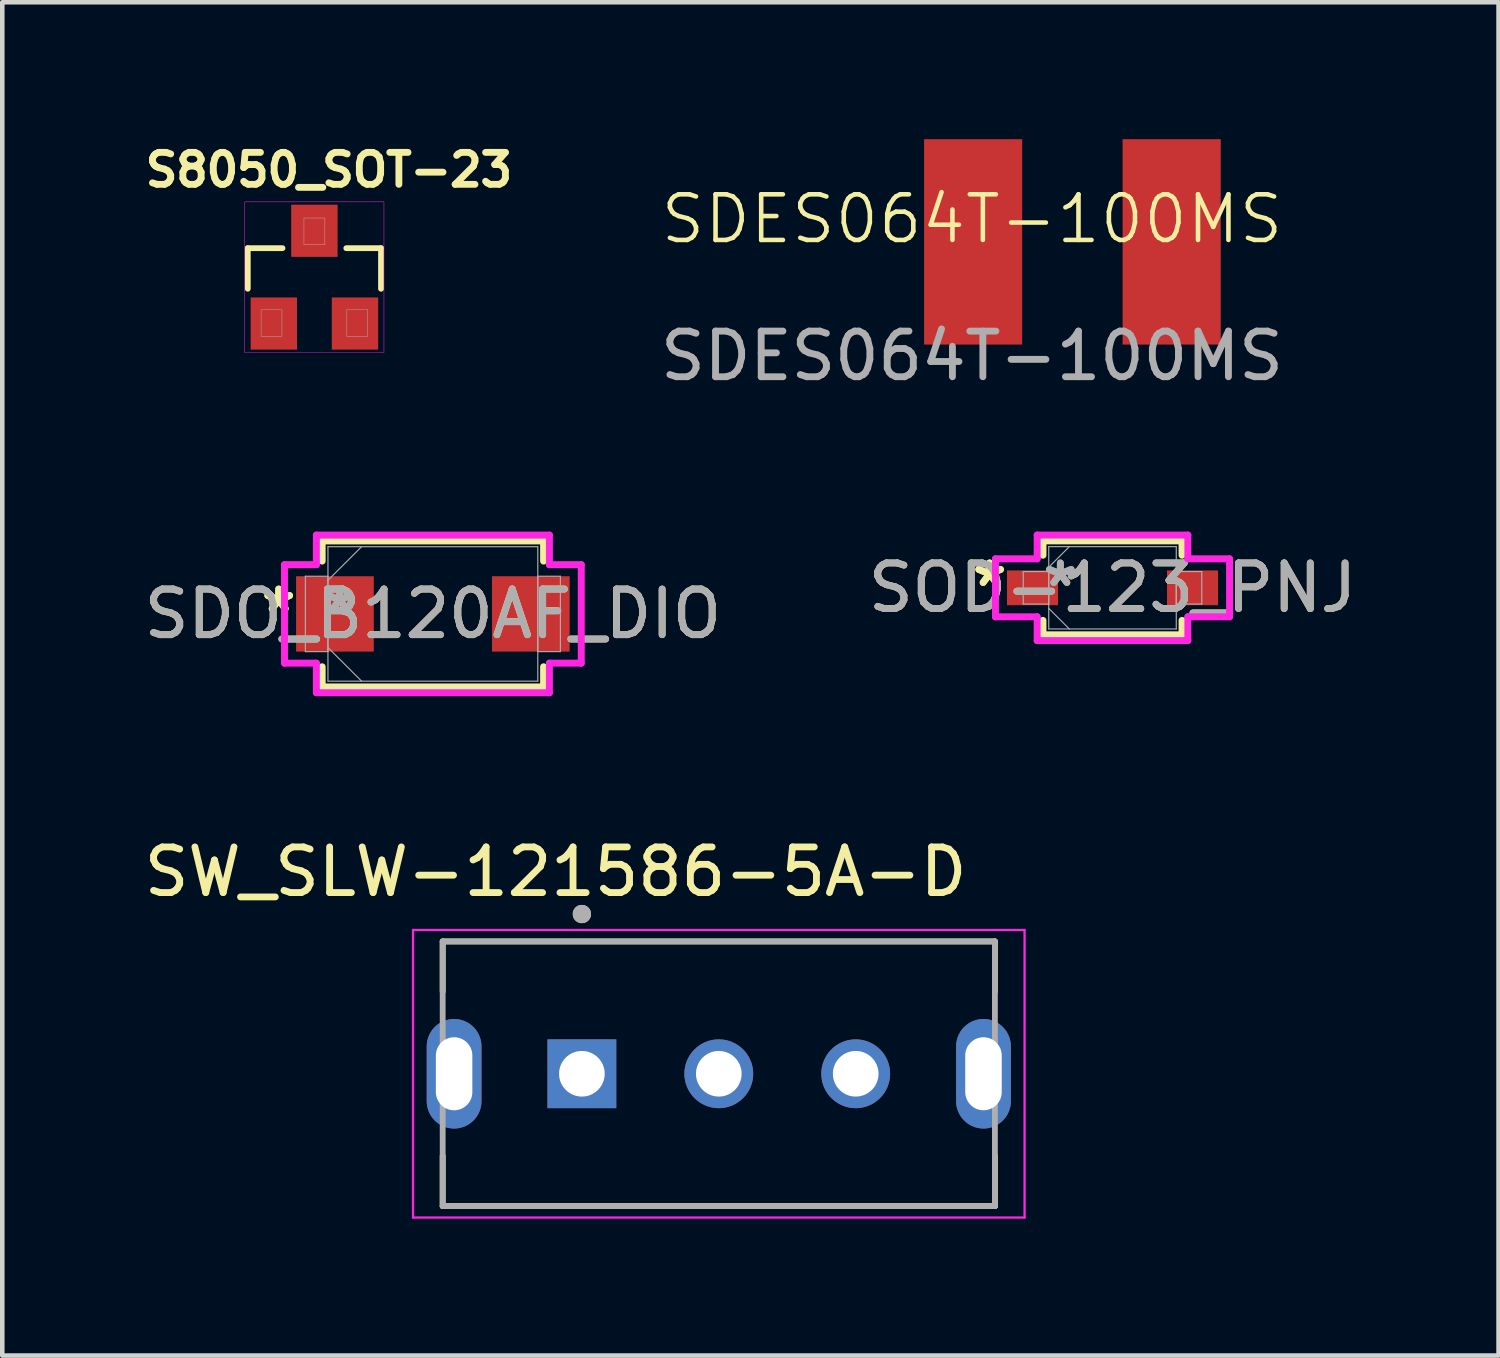
<source format=kicad_pcb>
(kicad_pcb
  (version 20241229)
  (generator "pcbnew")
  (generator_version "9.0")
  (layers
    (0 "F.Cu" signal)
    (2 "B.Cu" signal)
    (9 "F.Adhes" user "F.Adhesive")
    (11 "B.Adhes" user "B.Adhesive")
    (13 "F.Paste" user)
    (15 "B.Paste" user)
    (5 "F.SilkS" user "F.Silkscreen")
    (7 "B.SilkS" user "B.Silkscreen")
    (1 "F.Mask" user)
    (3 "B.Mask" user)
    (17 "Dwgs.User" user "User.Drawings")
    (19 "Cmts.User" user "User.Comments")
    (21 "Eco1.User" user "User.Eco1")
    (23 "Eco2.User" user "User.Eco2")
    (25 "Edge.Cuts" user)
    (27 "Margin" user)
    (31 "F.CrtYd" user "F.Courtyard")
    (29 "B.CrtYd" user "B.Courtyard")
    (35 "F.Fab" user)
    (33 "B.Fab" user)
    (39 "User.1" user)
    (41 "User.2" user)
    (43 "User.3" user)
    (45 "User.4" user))
  (footprint "S8050_SOT-23"
    (layer "F.Cu")
    (at 3.839 3.023)
    (property "Reference" "S8050_SOT-23" (at 0.318 -2.35 0) (layer "F.SilkS") (effects (font (size 0.7 0.7) (thickness 0.15))))
    (attr smd)
    (fp_line (start -1.46 -0.635) (end -1.46 0.254) (stroke (width 0.127) (type solid)) (layer "F.SilkS"))
    (fp_line (start -0.699 -0.635) (end -1.46 -0.635) (stroke (width 0.127) (type solid)) (layer "F.SilkS"))
    (fp_line (start 1.46 -0.635) (end 0.699 -0.635) (stroke (width 0.127) (type solid)) (layer "F.SilkS"))
    (fp_line (start 1.46 0.254) (end 1.46 -0.635) (stroke (width 0.127) (type solid)) (layer "F.SilkS"))
    (fp_poly (pts (xy -1.526 -1.651) (xy 1.524 -1.651) (xy 1.524 1.653) (xy -1.526 1.653)) (stroke (width 0.01) (type solid)) (fill no) (layer "F.CrtYd"))
    (fp_poly (pts (xy -1.168 0.711) (xy -0.711 0.711) (xy -0.711 1.295) (xy -1.168 1.295)) (stroke (width 0.01) (type solid)) (fill no) (layer "F.Fab"))
    (fp_poly (pts (xy -0.229 -1.295) (xy 0.229 -1.295) (xy 0.229 -0.711) (xy -0.229 -0.711)) (stroke (width 0.01) (type solid)) (fill no) (layer "F.Fab"))
    (fp_poly (pts (xy 0.711 0.711) (xy 1.168 0.711) (xy 1.168 1.296) (xy 0.711 1.296)) (stroke (width 0.01) (type solid)) (fill no) (layer "F.Fab"))
    (pad "1" smd rect (at -0.889 1.016) (size 1.016 1.143) (layers "F.Cu" "F.Mask" "F.Paste"))
    (pad "2" smd rect (at 0.889 1.016) (size 1.016 1.143) (layers "F.Cu" "F.Mask" "F.Paste"))
    (pad "3" smd rect (at 0 -1.016) (size 1.016 1.143) (layers "F.Cu" "F.Mask" "F.Paste")))
  (footprint "SOD-123_PNJ"
    (layer "F.Cu")
    (at 21.327 9.83)
    (property "Reference" "SOD-123_PNJ" (at 0 0 0) (unlocked yes) (layer "F.SilkS") (effects (font (size 1 1) (thickness 0.15))))
    (attr smd)
    (fp_line (start -1.524 -1.029) (end -1.524 -0.714) (stroke (width 0.152) (type solid)) (layer "F.SilkS"))
    (fp_line (start -1.524 0.714) (end -1.524 1.029) (stroke (width 0.152) (type solid)) (layer "F.SilkS"))
    (fp_line (start -1.524 1.029) (end 1.524 1.029) (stroke (width 0.152) (type solid)) (layer "F.SilkS"))
    (fp_line (start 1.524 -1.029) (end -1.524 -1.029) (stroke (width 0.152) (type solid)) (layer "F.SilkS"))
    (fp_line (start 1.524 -0.714) (end 1.524 -1.029) (stroke (width 0.152) (type solid)) (layer "F.SilkS"))
    (fp_line (start 1.524 1.029) (end 1.524 0.714) (stroke (width 0.152) (type solid)) (layer "F.SilkS"))
    (fp_line (start -2.565 -0.635) (end -1.651 -0.635) (stroke (width 0.152) (type solid)) (layer "F.CrtYd"))
    (fp_line (start -2.565 0.635) (end -2.565 -0.635) (stroke (width 0.152) (type solid)) (layer "F.CrtYd"))
    (fp_line (start -1.651 -1.156) (end 1.651 -1.156) (stroke (width 0.152) (type solid)) (layer "F.CrtYd"))
    (fp_line (start -1.651 -0.635) (end -1.651 -1.156) (stroke (width 0.152) (type solid)) (layer "F.CrtYd"))
    (fp_line (start -1.651 0.635) (end -2.565 0.635) (stroke (width 0.152) (type solid)) (layer "F.CrtYd"))
    (fp_line (start -1.651 1.156) (end -1.651 0.635) (stroke (width 0.152) (type solid)) (layer "F.CrtYd"))
    (fp_line (start 1.651 -1.156) (end 1.651 -0.635) (stroke (width 0.152) (type solid)) (layer "F.CrtYd"))
    (fp_line (start 1.651 -0.635) (end 2.565 -0.635) (stroke (width 0.152) (type solid)) (layer "F.CrtYd"))
    (fp_line (start 1.651 0.635) (end 1.651 1.156) (stroke (width 0.152) (type solid)) (layer "F.CrtYd"))
    (fp_line (start 1.651 1.156) (end -1.651 1.156) (stroke (width 0.152) (type solid)) (layer "F.CrtYd"))
    (fp_line (start 2.565 -0.635) (end 2.565 0.635) (stroke (width 0.152) (type solid)) (layer "F.CrtYd"))
    (fp_line (start 2.565 0.635) (end 1.651 0.635) (stroke (width 0.152) (type solid)) (layer "F.CrtYd"))
    (fp_line (start -1.956 -0.356) (end -1.956 0.356) (stroke (width 0.025) (type solid)) (layer "F.Fab"))
    (fp_line (start -1.956 0.356) (end -1.397 0.356) (stroke (width 0.025) (type solid)) (layer "F.Fab"))
    (fp_line (start -1.397 -0.902) (end -1.397 0.902) (stroke (width 0.025) (type solid)) (layer "F.Fab"))
    (fp_line (start -1.397 -0.451) (end -0.946 -0.902) (stroke (width 0.025) (type solid)) (layer "F.Fab"))
    (fp_line (start -1.397 -0.356) (end -1.956 -0.356) (stroke (width 0.025) (type solid)) (layer "F.Fab"))
    (fp_line (start -1.397 0.356) (end -1.397 -0.356) (stroke (width 0.025) (type solid)) (layer "F.Fab"))
    (fp_line (start -1.397 0.451) (end -0.946 0.902) (stroke (width 0.025) (type solid)) (layer "F.Fab"))
    (fp_line (start -1.397 0.902) (end 1.397 0.902) (stroke (width 0.025) (type solid)) (layer "F.Fab"))
    (fp_line (start 1.397 -0.902) (end -1.397 -0.902) (stroke (width 0.025) (type solid)) (layer "F.Fab"))
    (fp_line (start 1.397 -0.356) (end 1.397 0.356) (stroke (width 0.025) (type solid)) (layer "F.Fab"))
    (fp_line (start 1.397 0.356) (end 1.956 0.356) (stroke (width 0.025) (type solid)) (layer "F.Fab"))
    (fp_line (start 1.397 0.902) (end 1.397 -0.902) (stroke (width 0.025) (type solid)) (layer "F.Fab"))
    (fp_line (start 1.956 -0.356) (end 1.397 -0.356) (stroke (width 0.025) (type solid)) (layer "F.Fab"))
    (fp_line (start 1.956 0.356) (end 1.956 -0.356) (stroke (width 0.025) (type solid)) (layer "F.Fab"))
    (fp_text user "*" (at -2.692 0 0) (layer "F.SilkS") (effects (font (size 1 1) (thickness 0.15))))
    (fp_text user "*" (at -2.692 0 0) (unlocked yes) (layer "F.SilkS") (effects (font (size 1 1) (thickness 0.15))))
    (fp_text user "*" (at -1.143 0 0) (unlocked yes) (layer "F.Fab") (effects (font (size 1 1) (thickness 0.15))))
    (fp_text user "${REFERENCE}" (at 0 0 0) (unlocked yes) (layer "F.Fab") (effects (font (size 1 1) (thickness 0.15))))
    (fp_text user "*" (at -1.143 0 0) (layer "F.Fab") (effects (font (size 1 1) (thickness 0.15))))
    (pad "1" smd rect (at -1.753 0) (size 1.118 0.762) (layers "F.Cu" "F.Mask" "F.Paste"))
    (pad "2" smd rect (at 1.753 0) (size 1.118 0.762) (layers "F.Cu" "F.Mask" "F.Paste")))
  (footprint "SDES064T-100MS"
    (layer "F.Cu")
    (at 18.273 2.25)
    (property "Reference" "SDES064T-100MS" (at -0.025 -0.5 0) (unlocked yes) (layer "F.SilkS") (effects (font (size 1 1) (thickness 0.1))))
    (attr smd)
    (fp_text user "${REFERENCE}" (at -0.025 2.5 0) (unlocked yes) (layer "F.Fab") (effects (font (size 1 1) (thickness 0.15))))
    (pad "1" smd rect (at 0 0) (size 2.15 4.5) (layers "F.Cu" "F.Mask" "F.Paste"))
    (pad "2" smd rect (at 4.35 0) (size 2.15 4.5) (layers "F.Cu" "F.Mask" "F.Paste")))
  (footprint "SDO_B120AF_DIO"
    (layer "F.Cu")
    (at 6.435 10.402)
    (property "Reference" "SDO_B120AF_DIO" (at 0 0 0) (unlocked yes) (layer "F.SilkS") (effects (font (size 1 1) (thickness 0.15))))
    (attr smd)
    (fp_line (start -2.426 -1.6) (end -2.426 -1.158) (stroke (width 0.152) (type solid)) (layer "F.SilkS"))
    (fp_line (start -2.426 1.158) (end -2.426 1.6) (stroke (width 0.152) (type solid)) (layer "F.SilkS"))
    (fp_line (start -2.426 1.6) (end 2.426 1.6) (stroke (width 0.152) (type solid)) (layer "F.SilkS"))
    (fp_line (start 2.426 -1.6) (end -2.426 -1.6) (stroke (width 0.152) (type solid)) (layer "F.SilkS"))
    (fp_line (start 2.426 -1.158) (end 2.426 -1.6) (stroke (width 0.152) (type solid)) (layer "F.SilkS"))
    (fp_line (start 2.426 1.6) (end 2.426 1.158) (stroke (width 0.152) (type solid)) (layer "F.SilkS"))
    (fp_line (start -3.251 -1.079) (end -2.553 -1.079) (stroke (width 0.152) (type solid)) (layer "F.CrtYd"))
    (fp_line (start -3.251 1.079) (end -3.251 -1.079) (stroke (width 0.152) (type solid)) (layer "F.CrtYd"))
    (fp_line (start -2.553 -1.727) (end 2.553 -1.727) (stroke (width 0.152) (type solid)) (layer "F.CrtYd"))
    (fp_line (start -2.553 -1.079) (end -2.553 -1.727) (stroke (width 0.152) (type solid)) (layer "F.CrtYd"))
    (fp_line (start -2.553 1.079) (end -3.251 1.079) (stroke (width 0.152) (type solid)) (layer "F.CrtYd"))
    (fp_line (start -2.553 1.727) (end -2.553 1.079) (stroke (width 0.152) (type solid)) (layer "F.CrtYd"))
    (fp_line (start 2.553 -1.727) (end 2.553 -1.079) (stroke (width 0.152) (type solid)) (layer "F.CrtYd"))
    (fp_line (start 2.553 -1.079) (end 3.251 -1.079) (stroke (width 0.152) (type solid)) (layer "F.CrtYd"))
    (fp_line (start 2.553 1.079) (end 2.553 1.727) (stroke (width 0.152) (type solid)) (layer "F.CrtYd"))
    (fp_line (start 2.553 1.727) (end -2.553 1.727) (stroke (width 0.152) (type solid)) (layer "F.CrtYd"))
    (fp_line (start 3.251 -1.079) (end 3.251 1.079) (stroke (width 0.152) (type solid)) (layer "F.CrtYd"))
    (fp_line (start 3.251 1.079) (end 2.553 1.079) (stroke (width 0.152) (type solid)) (layer "F.CrtYd"))
    (fp_line (start -2.794 -0.826) (end -2.794 0.826) (stroke (width 0.025) (type solid)) (layer "F.Fab"))
    (fp_line (start -2.794 0.826) (end -2.299 0.826) (stroke (width 0.025) (type solid)) (layer "F.Fab"))
    (fp_line (start -2.299 -1.473) (end -2.299 1.473) (stroke (width 0.025) (type solid)) (layer "F.Fab"))
    (fp_line (start -2.299 -0.826) (end -2.794 -0.826) (stroke (width 0.025) (type solid)) (layer "F.Fab"))
    (fp_line (start -2.299 -0.737) (end -1.562 -1.473) (stroke (width 0.025) (type solid)) (layer "F.Fab"))
    (fp_line (start -2.299 0.737) (end -1.562 1.473) (stroke (width 0.025) (type solid)) (layer "F.Fab"))
    (fp_line (start -2.299 0.826) (end -2.299 -0.826) (stroke (width 0.025) (type solid)) (layer "F.Fab"))
    (fp_line (start -2.299 1.473) (end 2.299 1.473) (stroke (width 0.025) (type solid)) (layer "F.Fab"))
    (fp_line (start 2.299 -1.473) (end -2.299 -1.473) (stroke (width 0.025) (type solid)) (layer "F.Fab"))
    (fp_line (start 2.299 -0.826) (end 2.299 0.826) (stroke (width 0.025) (type solid)) (layer "F.Fab"))
    (fp_line (start 2.299 0.826) (end 2.794 0.826) (stroke (width 0.025) (type solid)) (layer "F.Fab"))
    (fp_line (start 2.299 1.473) (end 2.299 -1.473) (stroke (width 0.025) (type solid)) (layer "F.Fab"))
    (fp_line (start 2.794 -0.826) (end 2.299 -0.826) (stroke (width 0.025) (type solid)) (layer "F.Fab"))
    (fp_line (start 2.794 0.826) (end 2.794 -0.826) (stroke (width 0.025) (type solid)) (layer "F.Fab"))
    (fp_text user "*" (at -3.378 0 0) (layer "F.SilkS") (effects (font (size 1 1) (thickness 0.15))))
    (fp_text user "*" (at -3.378 0 0) (unlocked yes) (layer "F.SilkS") (effects (font (size 1 1) (thickness 0.15))))
    (fp_text user "*" (at -2.045 0 0) (layer "F.Fab") (effects (font (size 1 1) (thickness 0.15))))
    (fp_text user "*" (at -2.045 0 0) (unlocked yes) (layer "F.Fab") (effects (font (size 1 1) (thickness 0.15))))
    (fp_text user "${REFERENCE}" (at 0 0 0) (unlocked yes) (layer "F.Fab") (effects (font (size 1 1) (thickness 0.15))))
    (pad "1" smd rect (at -2.146 0) (size 1.702 1.651) (layers "F.Cu" "F.Mask" "F.Paste"))
    (pad "2" smd rect (at 2.146 0) (size 1.702 1.651) (layers "F.Cu" "F.Mask" "F.Paste"))
    (zone (net_name "") (layer "F.Cu") (hatch full 0.508) (connect_pads) (min_thickness 0.254) (filled_areas_thickness no) (keepout (tracks not_allowed) (vias not_allowed) (pads allowed) (copperpour not_allowed) (footprints allowed)) (placement (enabled no)) (fill) (polygon (pts (xy 5.19 8.979) (xy 7.679 8.979) (xy 7.679 11.824) (xy 5.19 11.824)))))
  (footprint "SW_SLW-121586-5A-D"
    (layer "F.Cu")
    (at 12.7 20.478)
    (property "Reference" "SW_SLW-121586-5A-D" (at -3.575 -4.425 0) (layer "F.SilkS") (effects (font (size 1 1) (thickness 0.15))))
    (attr through_hole)
    (fp_line (start -6.05 -2.9) (end 6.05 -2.9) (stroke (width 0.127) (type solid)) (layer "F.SilkS"))
    (fp_line (start -6.05 -1.8) (end -6.05 -2.9) (stroke (width 0.127) (type solid)) (layer "F.SilkS"))
    (fp_line (start -6.05 2.9) (end -6.05 1.8) (stroke (width 0.127) (type solid)) (layer "F.SilkS"))
    (fp_line (start 6.05 -2.9) (end 6.05 -1.8) (stroke (width 0.127) (type solid)) (layer "F.SilkS"))
    (fp_line (start 6.05 1.8) (end 6.05 2.9) (stroke (width 0.127) (type solid)) (layer "F.SilkS"))
    (fp_line (start 6.05 2.9) (end -6.05 2.9) (stroke (width 0.127) (type solid)) (layer "F.SilkS"))
    (fp_circle (center -3 -3.5) (end -2.9 -3.5) (stroke (width 0.2) (type solid)) (fill no) (layer "F.SilkS"))
    (fp_line (start -6.7 -3.15) (end -6.7 3.15) (stroke (width 0.05) (type solid)) (layer "F.CrtYd"))
    (fp_line (start -6.7 3.15) (end 6.7 3.15) (stroke (width 0.05) (type solid)) (layer "F.CrtYd"))
    (fp_line (start 6.7 -3.15) (end -6.7 -3.15) (stroke (width 0.05) (type solid)) (layer "F.CrtYd"))
    (fp_line (start 6.7 3.15) (end 6.7 -3.15) (stroke (width 0.05) (type solid)) (layer "F.CrtYd"))
    (fp_line (start -6.05 -2.9) (end -6.05 2.9) (stroke (width 0.127) (type solid)) (layer "F.Fab"))
    (fp_line (start -6.05 2.9) (end 6.05 2.9) (stroke (width 0.127) (type solid)) (layer "F.Fab"))
    (fp_line (start 6.05 -2.9) (end -6.05 -2.9) (stroke (width 0.127) (type solid)) (layer "F.Fab"))
    (fp_line (start 6.05 2.9) (end 6.05 -2.9) (stroke (width 0.127) (type solid)) (layer "F.Fab"))
    (fp_circle (center -3 -3.5) (end -2.9 -3.5) (stroke (width 0.2) (type solid)) (fill no) (layer "F.Fab"))
    (pad "1" thru_hole rect (at -3 0) (size 1.508 1.508) (drill 1) (layers "*.Cu" "*.Mask"))
    (pad "2" thru_hole circle (at 0 0) (size 1.508 1.508) (drill 1) (layers "*.Cu" "*.Mask"))
    (pad "3" thru_hole circle (at 3 0) (size 1.508 1.508) (drill 1) (layers "*.Cu" "*.Mask"))
    (pad "SH1" thru_hole oval (at -5.8 0) (size 1.2 2.4) (drill oval 0.8 1.6) (layers "*.Cu" "*.Mask"))
    (pad "SH2" thru_hole oval (at 5.8 0) (size 1.2 2.4) (drill oval 0.8 1.6) (layers "*.Cu" "*.Mask")))
  (gr_rect
    (start -3 -3)
    (end 29.786 26.653)
    (stroke (width 0.1) (type default))
    (fill no)
    (layer "Edge.Cuts")))
</source>
